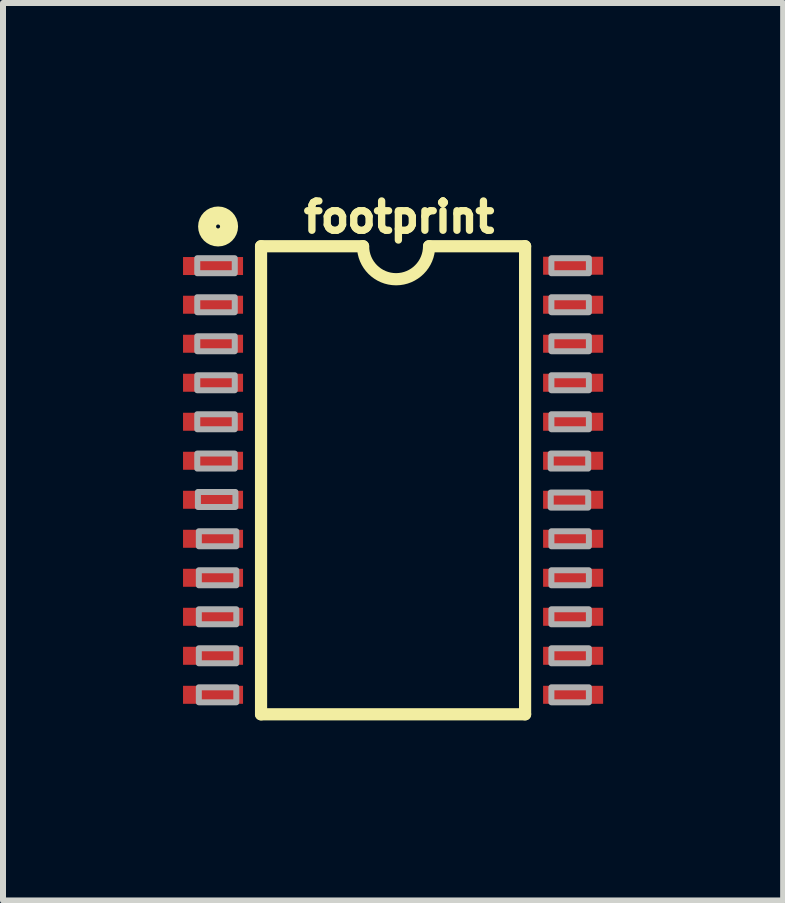
<source format=kicad_pcb>
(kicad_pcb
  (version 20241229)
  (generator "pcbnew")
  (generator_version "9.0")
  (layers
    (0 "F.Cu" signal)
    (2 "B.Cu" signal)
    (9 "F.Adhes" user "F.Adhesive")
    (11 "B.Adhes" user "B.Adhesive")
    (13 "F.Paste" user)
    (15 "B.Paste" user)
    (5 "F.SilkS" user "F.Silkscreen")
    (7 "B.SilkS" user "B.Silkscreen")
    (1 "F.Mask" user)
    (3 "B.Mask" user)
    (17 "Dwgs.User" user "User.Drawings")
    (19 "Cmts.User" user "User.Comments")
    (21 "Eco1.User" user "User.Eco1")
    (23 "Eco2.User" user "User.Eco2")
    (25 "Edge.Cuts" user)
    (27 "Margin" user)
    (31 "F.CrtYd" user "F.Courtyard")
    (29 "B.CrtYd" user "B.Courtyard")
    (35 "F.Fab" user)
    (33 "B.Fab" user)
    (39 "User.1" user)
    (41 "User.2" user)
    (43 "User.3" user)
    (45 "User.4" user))
  (footprint "footprint"
    (layer "F.Cu")
    (at 3.5 4.953)
    (property "Reference" "footprint" (at 0.1 -4.1 0) (layer "F.SilkS") (effects (font (size 0.488 0.488) (thickness 0.122)) (justify bottom)))
    (fp_line (start -2.2 -3.9) (end -0.5 -3.9) (stroke (width 0.203) (type solid)) (layer "F.SilkS"))
    (fp_line (start -2.2 3.9) (end -2.2 -3.9) (stroke (width 0.203) (type solid)) (layer "F.SilkS"))
    (fp_line (start 0.6 -3.9) (end 2.2 -3.9) (stroke (width 0.203) (type solid)) (layer "F.SilkS"))
    (fp_line (start 2.2 -3.9) (end 2.2 3.9) (stroke (width 0.203) (type solid)) (layer "F.SilkS"))
    (fp_line (start 2.2 3.9) (end -2.2 3.9) (stroke (width 0.203) (type solid)) (layer "F.SilkS"))
    (fp_arc (start 0.6 -3.9) (mid 0.05 -3.35) (end -0.5 -3.9) (stroke (width 0.2032) (type solid)) (layer "F.SilkS"))
    (fp_circle (center -2.916 -4.229) (end -2.883 -4.229) (stroke (width 0.3) (type solid)) (fill no) (layer "F.SilkS"))
    (fp_poly (pts (xy -3.263 -3.45) (xy -2.638 -3.45) (xy -2.638 -3.7) (xy -3.263 -3.7)) (stroke (width 0.1) (type solid)) (fill no) (layer "F.Fab"))
    (fp_poly (pts (xy -3.263 -2.8) (xy -2.638 -2.8) (xy -2.638 -3.05) (xy -3.263 -3.05)) (stroke (width 0.1) (type solid)) (fill no) (layer "F.Fab"))
    (fp_poly (pts (xy -3.263 -2.15) (xy -2.638 -2.15) (xy -2.638 -2.4) (xy -3.263 -2.4)) (stroke (width 0.1) (type solid)) (fill no) (layer "F.Fab"))
    (fp_poly (pts (xy -3.263 -1.5) (xy -2.638 -1.5) (xy -2.638 -1.75) (xy -3.263 -1.75)) (stroke (width 0.1) (type solid)) (fill no) (layer "F.Fab"))
    (fp_poly (pts (xy -3.263 -0.85) (xy -2.638 -0.85) (xy -2.638 -1.1) (xy -3.263 -1.1)) (stroke (width 0.1) (type solid)) (fill no) (layer "F.Fab"))
    (fp_poly (pts (xy -3.263 -0.195) (xy -2.638 -0.195) (xy -2.638 -0.445) (xy -3.263 -0.445)) (stroke (width 0.1) (type solid)) (fill no) (layer "F.Fab"))
    (fp_poly (pts (xy -3.252 0.445) (xy -2.627 0.445) (xy -2.627 0.195) (xy -3.252 0.195)) (stroke (width 0.1) (type solid)) (fill no) (layer "F.Fab"))
    (fp_poly (pts (xy -3.237 1.1) (xy -2.612 1.1) (xy -2.612 0.85) (xy -3.237 0.85)) (stroke (width 0.1) (type solid)) (fill no) (layer "F.Fab"))
    (fp_poly (pts (xy -3.237 1.75) (xy -2.612 1.75) (xy -2.612 1.5) (xy -3.237 1.5)) (stroke (width 0.1) (type solid)) (fill no) (layer "F.Fab"))
    (fp_poly (pts (xy -3.237 2.4) (xy -2.612 2.4) (xy -2.612 2.15) (xy -3.237 2.15)) (stroke (width 0.1) (type solid)) (fill no) (layer "F.Fab"))
    (fp_poly (pts (xy -3.237 3.05) (xy -2.612 3.05) (xy -2.612 2.8) (xy -3.237 2.8)) (stroke (width 0.1) (type solid)) (fill no) (layer "F.Fab"))
    (fp_poly (pts (xy -3.237 3.7) (xy -2.612 3.7) (xy -2.612 3.45) (xy -3.237 3.45)) (stroke (width 0.1) (type solid)) (fill no) (layer "F.Fab"))
    (fp_poly (pts (xy 2.627 -0.195) (xy 3.252 -0.195) (xy 3.252 -0.445) (xy 2.627 -0.445)) (stroke (width 0.1) (type solid)) (fill no) (layer "F.Fab"))
    (fp_poly (pts (xy 2.627 0.455) (xy 3.252 0.455) (xy 3.252 0.205) (xy 2.627 0.205)) (stroke (width 0.1) (type solid)) (fill no) (layer "F.Fab"))
    (fp_poly (pts (xy 2.638 -3.45) (xy 3.263 -3.45) (xy 3.263 -3.7) (xy 2.638 -3.7)) (stroke (width 0.1) (type solid)) (fill no) (layer "F.Fab"))
    (fp_poly (pts (xy 2.638 -2.8) (xy 3.263 -2.8) (xy 3.263 -3.05) (xy 2.638 -3.05)) (stroke (width 0.1) (type solid)) (fill no) (layer "F.Fab"))
    (fp_poly (pts (xy 2.638 -2.15) (xy 3.263 -2.15) (xy 3.263 -2.4) (xy 2.638 -2.4)) (stroke (width 0.1) (type solid)) (fill no) (layer "F.Fab"))
    (fp_poly (pts (xy 2.638 -1.5) (xy 3.263 -1.5) (xy 3.263 -1.75) (xy 2.638 -1.75)) (stroke (width 0.1) (type solid)) (fill no) (layer "F.Fab"))
    (fp_poly (pts (xy 2.638 -0.85) (xy 3.263 -0.85) (xy 3.263 -1.1) (xy 2.638 -1.1)) (stroke (width 0.1) (type solid)) (fill no) (layer "F.Fab"))
    (fp_poly (pts (xy 2.638 1.1) (xy 3.263 1.1) (xy 3.263 0.85) (xy 2.638 0.85)) (stroke (width 0.1) (type solid)) (fill no) (layer "F.Fab"))
    (fp_poly (pts (xy 2.638 1.75) (xy 3.263 1.75) (xy 3.263 1.5) (xy 2.638 1.5)) (stroke (width 0.1) (type solid)) (fill no) (layer "F.Fab"))
    (fp_poly (pts (xy 2.638 2.4) (xy 3.263 2.4) (xy 3.263 2.15) (xy 2.638 2.15)) (stroke (width 0.1) (type solid)) (fill no) (layer "F.Fab"))
    (fp_poly (pts (xy 2.638 3.05) (xy 3.263 3.05) (xy 3.263 2.8) (xy 2.638 2.8)) (stroke (width 0.1) (type solid)) (fill no) (layer "F.Fab"))
    (fp_poly (pts (xy 2.638 3.7) (xy 3.263 3.7) (xy 3.263 3.45) (xy 2.638 3.45)) (stroke (width 0.1) (type solid)) (fill no) (layer "F.Fab"))
    (pad "1" smd rect (at -3 -3.57) (size 1 0.3) (layers "F.Cu" "F.Mask" "F.Paste"))
    (pad "2" smd rect (at -3 -2.925) (size 1 0.3) (layers "F.Cu" "F.Mask" "F.Paste"))
    (pad "3" smd rect (at -3 -2.275) (size 1 0.3) (layers "F.Cu" "F.Mask" "F.Paste"))
    (pad "4" smd rect (at -3 -1.625) (size 1 0.3) (layers "F.Cu" "F.Mask" "F.Paste"))
    (pad "5" smd rect (at -3 -0.975) (size 1 0.3) (layers "F.Cu" "F.Mask" "F.Paste"))
    (pad "6" smd rect (at -3 -0.325) (size 1 0.3) (layers "F.Cu" "F.Mask" "F.Paste"))
    (pad "7" smd rect (at -3 0.325) (size 1 0.3) (layers "F.Cu" "F.Mask" "F.Paste"))
    (pad "8" smd rect (at -3 0.975) (size 1 0.3) (layers "F.Cu" "F.Mask" "F.Paste"))
    (pad "9" smd rect (at -3 1.625) (size 1 0.3) (layers "F.Cu" "F.Mask" "F.Paste"))
    (pad "10" smd rect (at -3 2.275) (size 1 0.3) (layers "F.Cu" "F.Mask" "F.Paste"))
    (pad "11" smd rect (at -3 2.925) (size 1 0.3) (layers "F.Cu" "F.Mask" "F.Paste"))
    (pad "12" smd rect (at -3 3.575) (size 1 0.3) (layers "F.Cu" "F.Mask" "F.Paste"))
    (pad "13" smd rect (at 3 3.575 180) (size 1 0.3) (layers "F.Cu" "F.Mask" "F.Paste"))
    (pad "14" smd rect (at 3 2.925 180) (size 1 0.3) (layers "F.Cu" "F.Mask" "F.Paste"))
    (pad "15" smd rect (at 3 2.275) (size 1 0.3) (layers "F.Cu" "F.Mask" "F.Paste"))
    (pad "16" smd rect (at 3 1.625) (size 1 0.3) (layers "F.Cu" "F.Mask" "F.Paste"))
    (pad "17" smd rect (at 3 0.975) (size 1 0.3) (layers "F.Cu" "F.Mask" "F.Paste"))
    (pad "18" smd rect (at 3 0.325) (size 1 0.3) (layers "F.Cu" "F.Mask" "F.Paste"))
    (pad "19" smd rect (at 3 -0.325) (size 1 0.3) (layers "F.Cu" "F.Mask" "F.Paste"))
    (pad "20" smd rect (at 3 -0.975) (size 1 0.3) (layers "F.Cu" "F.Mask" "F.Paste"))
    (pad "21" smd rect (at 3 -1.625) (size 1 0.3) (layers "F.Cu" "F.Mask" "F.Paste"))
    (pad "22" smd rect (at 3 -2.275) (size 1 0.3) (layers "F.Cu" "F.Mask" "F.Paste"))
    (pad "23" smd rect (at 3 -2.925) (size 1 0.3) (layers "F.Cu" "F.Mask" "F.Paste"))
    (pad "24" smd rect (at 3 -3.575) (size 1 0.3) (layers "F.Cu" "F.Mask" "F.Paste")))
  (gr_rect
    (start -3 -3)
    (end 10 11.955)
    (stroke (width 0.1) (type default))
    (fill no)
    (layer "Edge.Cuts")))
</source>
